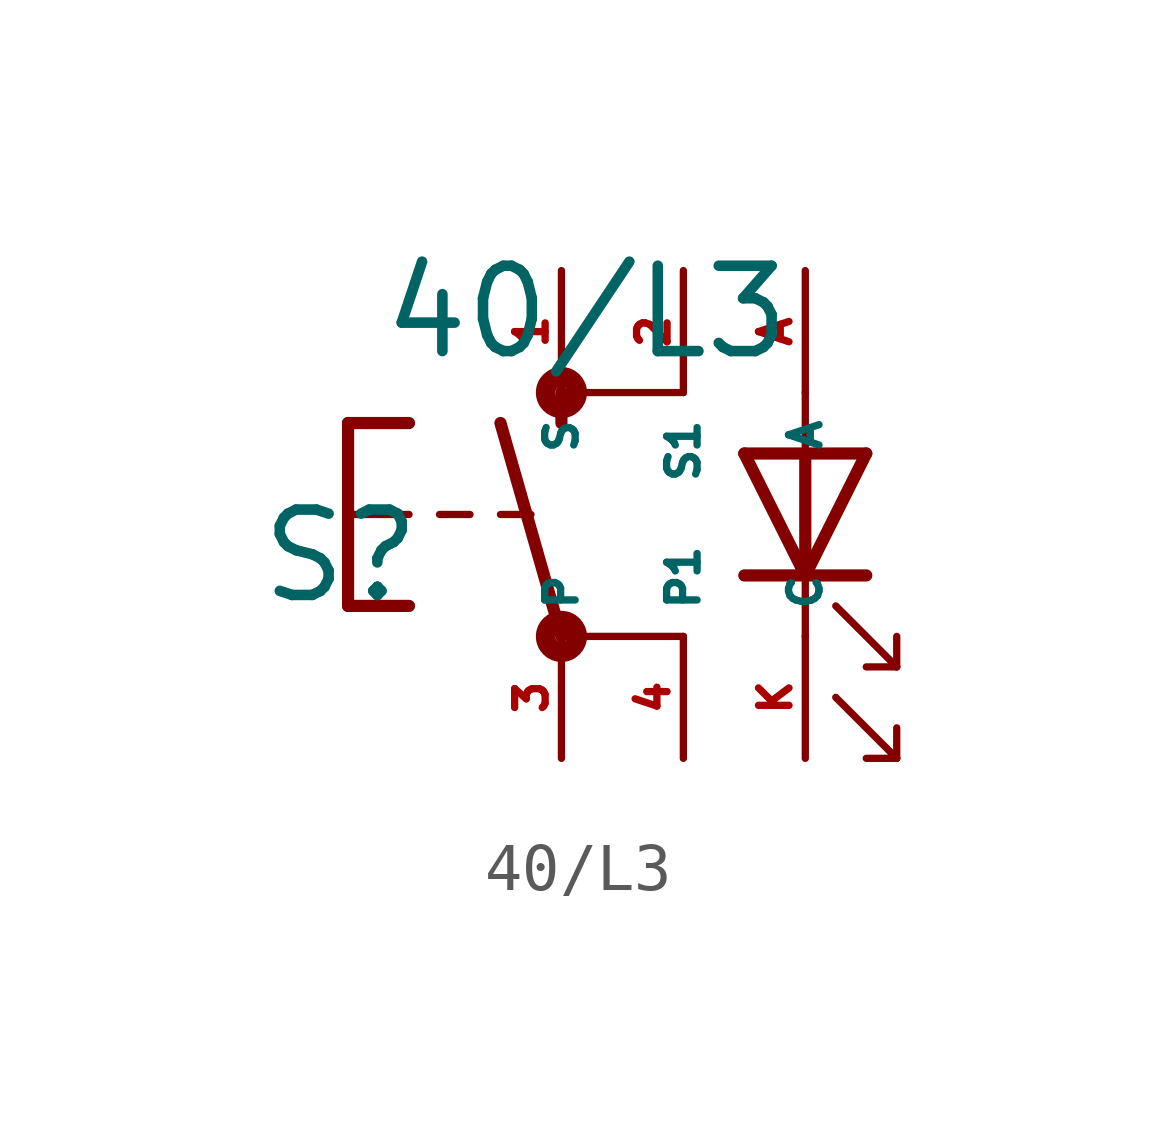
<source format=kicad_sym>
(kicad_symbol_lib
  (version 20220914)
  (generator Eagle2Kicad)
  (symbol "40/L3"
    (property "Reference" "S"
      (at -8.89 -1.905 0)
      (effects (font (size 1.778 1.778) (thickness 0.22)) (justify left bottom)))
    (property "Value" "40/L3"
      (at -6.35 3.175 0)
      (effects (font (size 1.778 1.778) (thickness 0.22)) (justify left bottom)))
    (polyline
      (pts (xy 3.81 1.27) (xy 2.54 -1.27))
      (stroke (width 0.254) (type default))
      (fill (type none)))
    (polyline
      (pts (xy 2.54 -1.27) (xy 2.54 -2.54))
      (stroke (width 0.152) (type default))
      (fill (type none)))
    (polyline
      (pts (xy 2.54 -1.27) (xy 1.27 1.27))
      (stroke (width 0.254) (type default))
      (fill (type none)))
    (polyline
      (pts (xy 3.81 -1.27) (xy 2.54 -1.27))
      (stroke (width 0.254) (type default))
      (fill (type none)))
    (polyline
      (pts (xy 2.54 -1.27) (xy 1.27 -1.27))
      (stroke (width 0.254) (type default))
      (fill (type none)))
    (polyline
      (pts (xy 3.175 -1.905) (xy 4.445 -3.175))
      (stroke (width 0.152) (type default))
      (fill (type none)))
    (polyline
      (pts (xy 4.445 -3.175) (xy 4.445 -2.54))
      (stroke (width 0.152) (type default))
      (fill (type none)))
    (polyline
      (pts (xy 4.445 -3.175) (xy 3.81 -3.175))
      (stroke (width 0.152) (type default))
      (fill (type none)))
    (polyline
      (pts (xy 3.175 -3.81) (xy 4.445 -5.08))
      (stroke (width 0.152) (type default))
      (fill (type none)))
    (polyline
      (pts (xy 4.445 -5.08) (xy 4.445 -4.445))
      (stroke (width 0.152) (type default))
      (fill (type none)))
    (polyline
      (pts (xy 4.445 -5.08) (xy 3.81 -5.08))
      (stroke (width 0.152) (type default))
      (fill (type none)))
    (polyline
      (pts (xy 3.81 1.27) (xy 2.54 1.27))
      (stroke (width 0.254) (type default))
      (fill (type none)))
    (polyline
      (pts (xy 2.54 2.54) (xy 2.54 1.27))
      (stroke (width 0.152) (type default))
      (fill (type none)))
    (polyline
      (pts (xy 2.54 1.27) (xy 1.27 1.27))
      (stroke (width 0.254) (type default))
      (fill (type none)))
    (polyline
      (pts (xy 2.54 1.27) (xy 2.54 -1.27))
      (stroke (width 0.254) (type default))
      (fill (type none)))
    (polyline
      (pts (xy -2.54 1.905) (xy -2.54 2.54))
      (stroke (width 0.254) (type default))
      (fill (type none)))
    (polyline
      (pts (xy -6.985 1.905) (xy -5.715 1.905))
      (stroke (width 0.254) (type default))
      (fill (type none)))
    (polyline
      (pts (xy -6.985 -1.905) (xy -5.715 -1.905))
      (stroke (width 0.254) (type default))
      (fill (type none)))
    (polyline
      (pts (xy -6.985 1.905) (xy -6.985 0))
      (stroke (width 0.254) (type default))
      (fill (type none)))
    (polyline
      (pts (xy -6.985 0) (xy -6.985 -1.905))
      (stroke (width 0.254) (type default))
      (fill (type none)))
    (polyline
      (pts (xy -5.08 0) (xy -4.445 0))
      (stroke (width 0.152) (type default))
      (fill (type none)))
    (polyline
      (pts (xy -3.81 0) (xy -3.175 0))
      (stroke (width 0.152) (type default))
      (fill (type none)))
    (polyline
      (pts (xy -6.985 0) (xy -5.715 0))
      (stroke (width 0.152) (type default))
      (fill (type none)))
    (polyline
      (pts (xy -2.54 -2.54) (xy 0 -2.54))
      (stroke (width 0.152) (type default))
      (fill (type none)))
    (polyline
      (pts (xy -2.54 2.54) (xy 0 2.54))
      (stroke (width 0.152) (type default))
      (fill (type none)))
    (polyline
      (pts (xy -2.54 -2.54) (xy -3.81 1.905))
      (stroke (width 0.254) (type default))
      (fill (type none)))
    (circle
      (center -2.54 2.54)
      (radius 0.127)
      (stroke (width 0.406) (type default))
      (fill (type none)))
    (circle
      (center -2.54 -2.54)
      (radius 0.127)
      (stroke (width 0.406) (type default))
      (fill (type none)))
    (pin passive line
      (at 2.54 -5.08 90)
      (length 2.54)
      (name "C" (effects (font (size 0.635 0.635) (thickness 0.08)) (justify left bottom)))
      (number "K" (effects (font (size 0.635 0.635) (thickness 0.08)) (justify left bottom))))
    (pin passive line
      (at 2.54 5.08 270)
      (length 2.54)
      (name "A" (effects (font (size 0.635 0.635) (thickness 0.08)) (justify left bottom)))
      (number "A" (effects (font (size 0.635 0.635) (thickness 0.08)) (justify left bottom))))
    (pin passive line
      (at -2.54 -5.08 90)
      (length 2.54)
      (name "P" (effects (font (size 0.635 0.635) (thickness 0.08)) (justify left bottom)))
      (number "3" (effects (font (size 0.635 0.635) (thickness 0.08)) (justify left bottom))))
    (pin passive line
      (at -2.54 5.08 270)
      (length 2.54)
      (name "S" (effects (font (size 0.635 0.635) (thickness 0.08)) (justify left bottom)))
      (number "1" (effects (font (size 0.635 0.635) (thickness 0.08)) (justify left bottom))))
    (pin passive line
      (at 0 5.08 270)
      (length 2.54)
      (name "S1" (effects (font (size 0.635 0.635) (thickness 0.08)) (justify left bottom)))
      (number "2" (effects (font (size 0.635 0.635) (thickness 0.08)) (justify left bottom))))
    (pin passive line
      (at 0 -5.08 90)
      (length 2.54)
      (name "P1" (effects (font (size 0.635 0.635) (thickness 0.08)) (justify left bottom)))
      (number "4" (effects (font (size 0.635 0.635) (thickness 0.08)) (justify left bottom))))))
</source>
